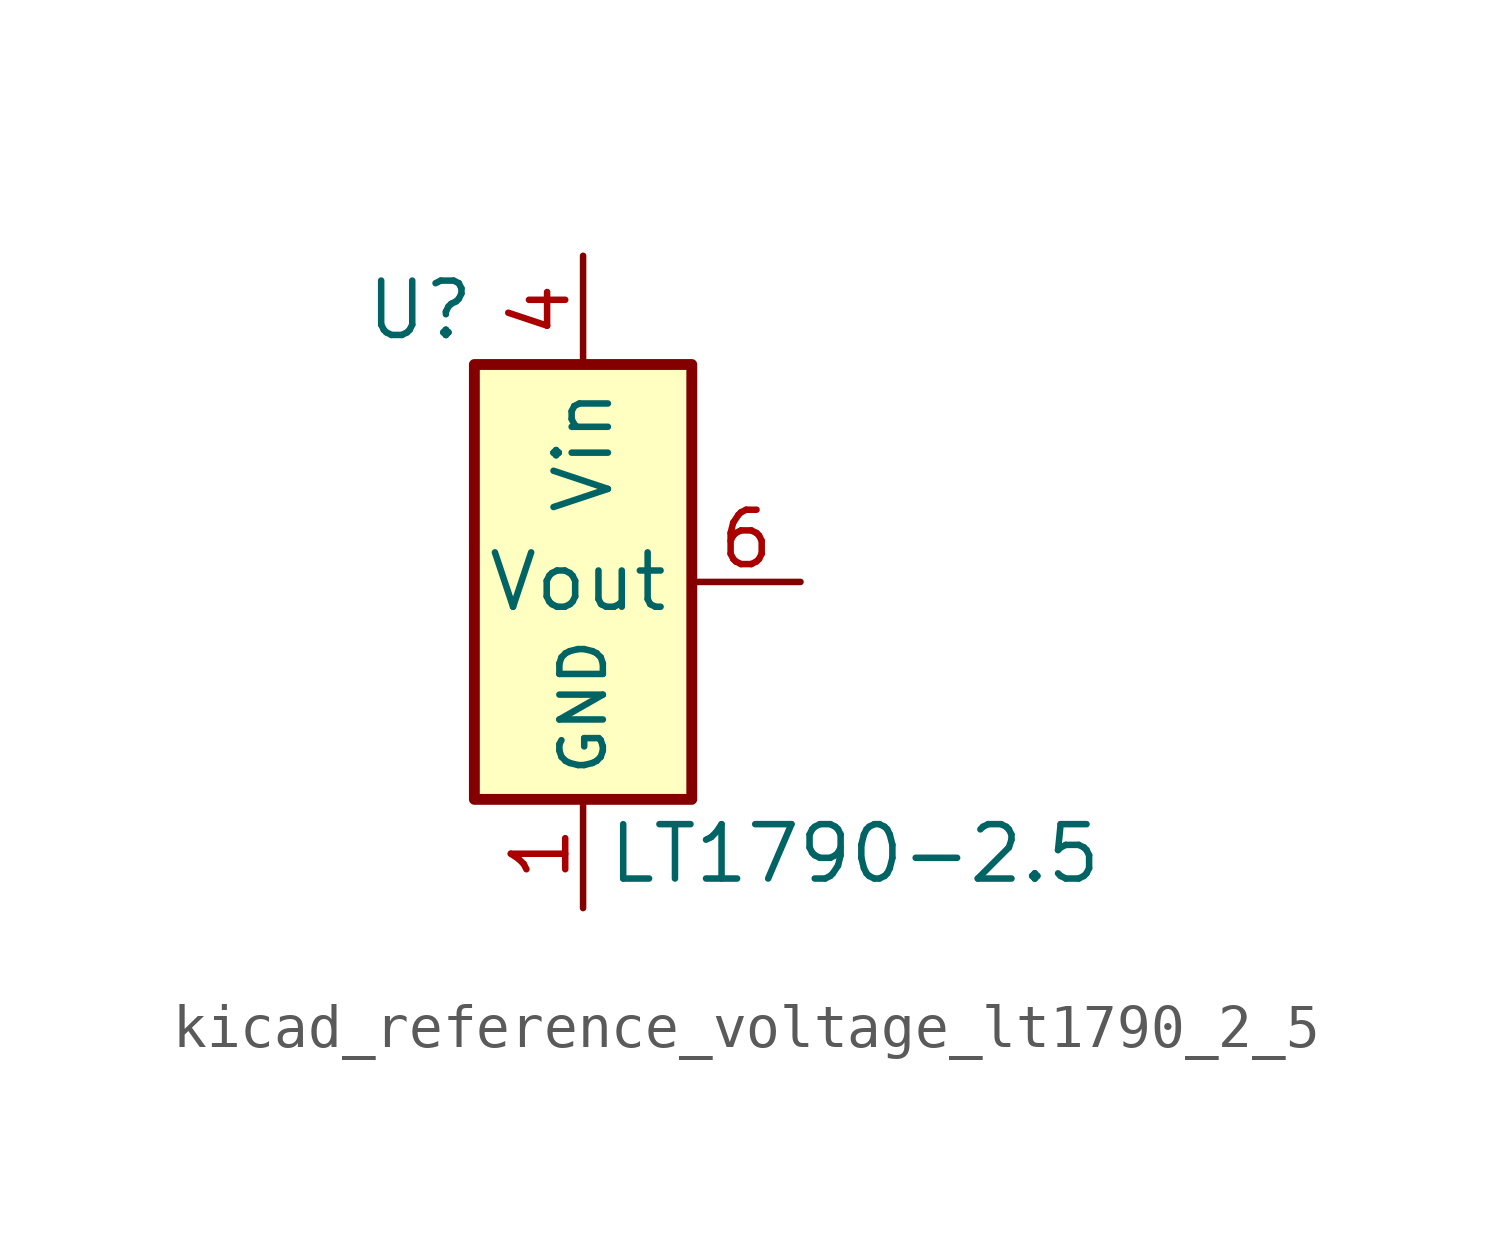
<source format=kicad_sym>
(kicad_symbol_lib
  (version 20220914)
  (generator kicad_symbol_editor)
  (symbol "kicad_reference_voltage_lt1790_2_5"
    (property "Reference" "U"
      (at -3.81 6.35 0)
      (effects (font (size 1.27 1.27))))
    (property "Value" "LT1790-2.5"
      (at 6.35 -6.35 0)
      (effects (font (size 1.27 1.27))))
    (symbol "kicad_reference_voltage_lt1790_2_5_0_1"
      (rectangle (start 2.54 5.08) (end -2.54 -5.08) (stroke (width 0.254) (type default)) (fill (type background))))
    (symbol "kicad_reference_voltage_lt1790_2_5_1_1"
      (pin power_in line (at 0 -7.62 90) (length 2.54) (name "GND" (effects (font (size 1.016 1.016)))) (number "1" (effects (font (size 1.27 1.27)))))
      (pin passive line (at 0 -7.62 90) (length 2.54) hide (name "GND" (effects (font (size 1.016 1.016)))) (number "2" (effects (font (size 1.27 1.27)))))
      (pin power_in line (at 0 7.62 270) (length 2.54) (name "Vin" (effects (font (size 1.27 1.27)))) (number "4" (effects (font (size 1.27 1.27)))))
      (pin output line (at 5.08 0 180) (length 2.54) (name "Vout" (effects (font (size 1.27 1.27)))) (number "6" (effects (font (size 1.27 1.27))))))))
</source>
